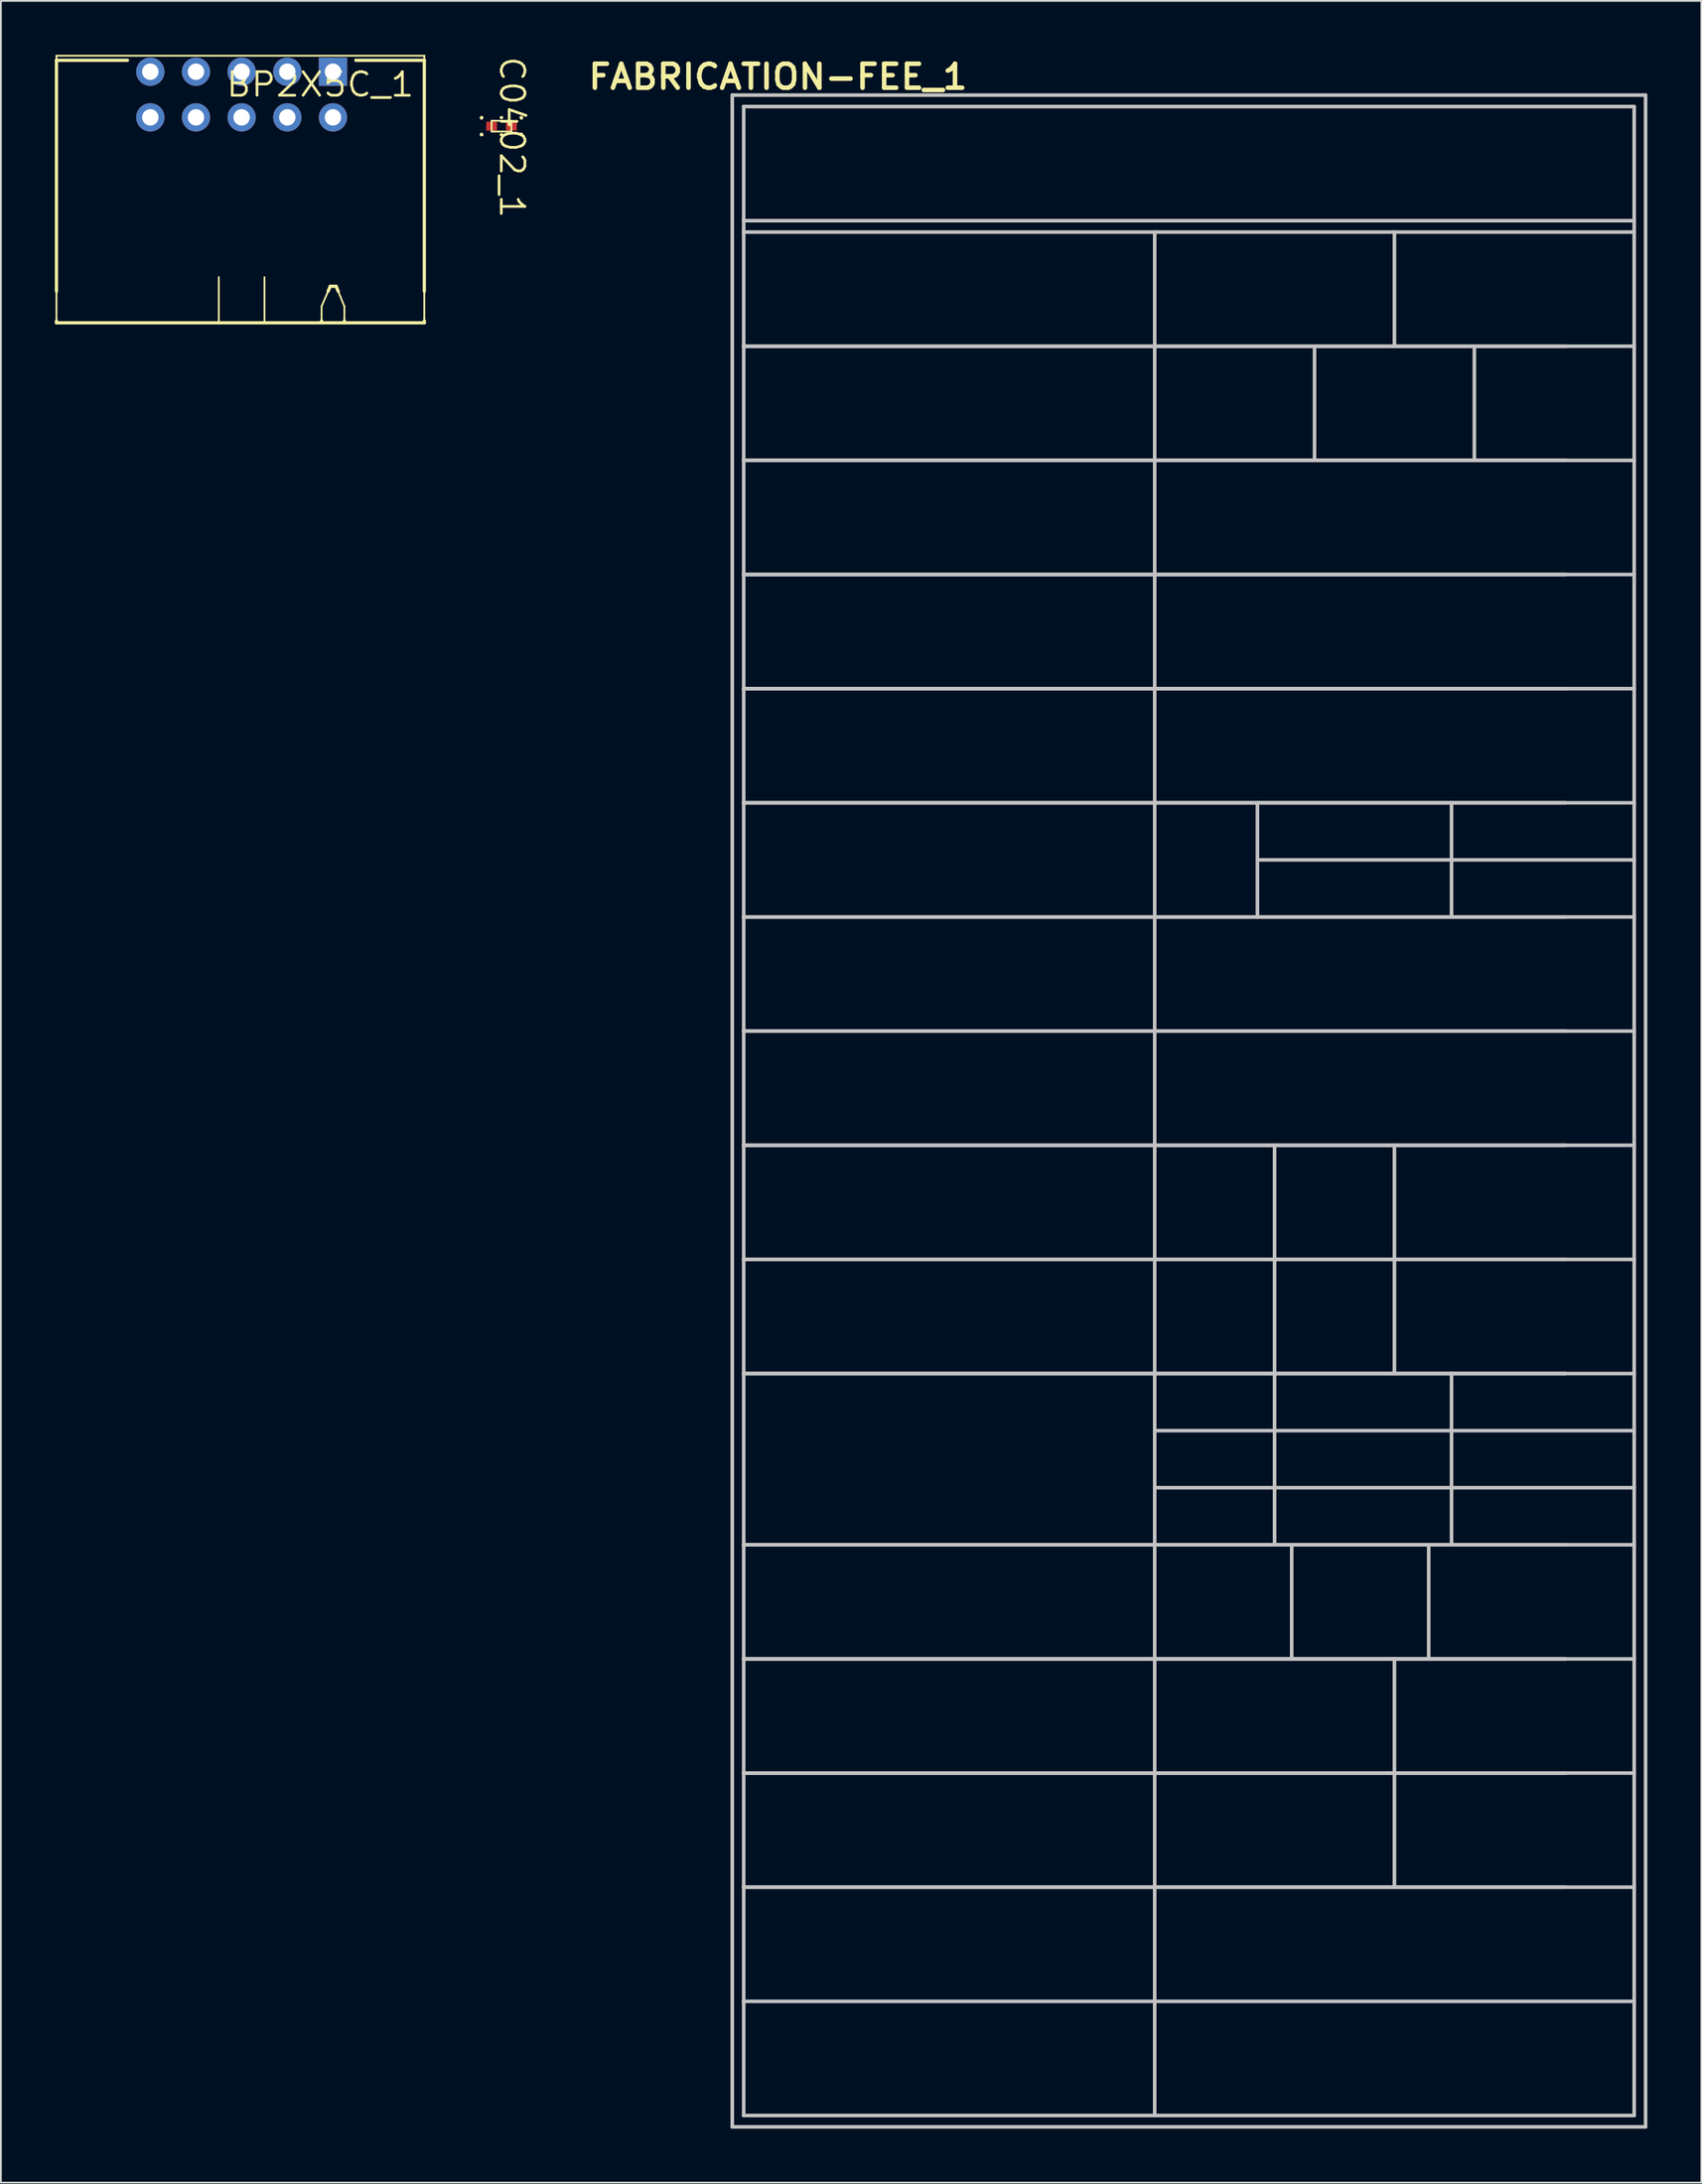
<source format=kicad_pcb>
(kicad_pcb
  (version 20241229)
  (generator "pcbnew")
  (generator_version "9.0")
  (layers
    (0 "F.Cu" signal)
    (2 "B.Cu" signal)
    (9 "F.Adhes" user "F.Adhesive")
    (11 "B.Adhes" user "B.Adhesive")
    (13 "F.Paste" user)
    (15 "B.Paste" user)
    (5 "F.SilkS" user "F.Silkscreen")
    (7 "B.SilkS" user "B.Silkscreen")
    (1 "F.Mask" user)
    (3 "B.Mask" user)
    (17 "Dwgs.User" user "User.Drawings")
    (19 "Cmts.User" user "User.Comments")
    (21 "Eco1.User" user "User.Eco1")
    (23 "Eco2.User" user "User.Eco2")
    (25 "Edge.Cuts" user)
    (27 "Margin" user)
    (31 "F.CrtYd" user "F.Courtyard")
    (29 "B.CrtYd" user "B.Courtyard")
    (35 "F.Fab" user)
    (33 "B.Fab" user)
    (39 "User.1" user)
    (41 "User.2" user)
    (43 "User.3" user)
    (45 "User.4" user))
  (footprint "C0402_1"
    (layer "F.Cu")
    (at 24.842 3.968)
    (property "Reference" "C0402_1" (at 0.59 0.621 270) (unlocked yes) (layer "F.SilkS") (effects (font (size 1.312 1.38) (thickness 0.15))))
    (attr smd)
    (fp_line (start -1.112 -0.476) (end -1.092 -0.476) (stroke (width 0.18) (type solid)) (layer "F.SilkS"))
    (fp_line (start -1.112 -0.45) (end -1.112 -0.476) (stroke (width 0.18) (type solid)) (layer "F.SilkS"))
    (fp_line (start -1.112 0.476) (end -1.112 0.45) (stroke (width 0.18) (type solid)) (layer "F.SilkS"))
    (fp_line (start -1.112 0.476) (end -1.092 0.476) (stroke (width 0.18) (type solid)) (layer "F.SilkS"))
    (fp_line (start -0.55 -0.3) (end 0.55 -0.3) (stroke (width 0.1) (type solid)) (layer "F.SilkS"))
    (fp_line (start -0.55 0.3) (end -0.55 -0.3) (stroke (width 0.1) (type solid)) (layer "F.SilkS"))
    (fp_line (start -0.55 0.3) (end 0.55 0.3) (stroke (width 0.1) (type solid)) (layer "F.SilkS"))
    (fp_line (start -0.008 -0.476) (end 0.008 -0.476) (stroke (width 0.18) (type solid)) (layer "F.SilkS"))
    (fp_line (start -0.008 0.476) (end 0.008 0.476) (stroke (width 0.18) (type solid)) (layer "F.SilkS"))
    (fp_line (start 0.55 0.3) (end 0.55 -0.3) (stroke (width 0.1) (type solid)) (layer "F.SilkS"))
    (fp_line (start 1.092 -0.476) (end 1.111 -0.476) (stroke (width 0.18) (type solid)) (layer "F.SilkS"))
    (fp_line (start 1.092 0.476) (end 1.111 0.476) (stroke (width 0.18) (type solid)) (layer "F.SilkS"))
    (fp_line (start 1.111 -0.45) (end 1.111 -0.476) (stroke (width 0.18) (type solid)) (layer "F.SilkS"))
    (fp_line (start 1.111 0.476) (end 1.111 0.45) (stroke (width 0.18) (type solid)) (layer "F.SilkS"))
    (pad "1" smd rect (at -0.55 0 270) (size 0.5 0.6) (layers "F.Cu" "F.Mask" "F.Paste"))
    (pad "2" smd rect (at 0.55 0 270) (size 0.5 0.6) (layers "F.Cu" "F.Mask" "F.Paste")))
  (footprint "FABRICATION-FEE_1"
    (layer "F.Cu")
    (at 37.679 2.242)
    (property "Reference" "FABRICATION-FEE_1" (at 2.54 -1.016 0) (unlocked yes) (layer "F.SilkS") (effects (font (size 1.333 1.402) (thickness 0.254))))
    (attr smd)
    (fp_line (start 0 0) (end 50.8 0) (stroke (width 0.2) (type solid)) (layer "Dwgs.User"))
    (fp_line (start 0 113.03) (end 0 0) (stroke (width 0.2) (type solid)) (layer "Dwgs.User"))
    (fp_line (start 0 113.03) (end 50.8 113.03) (stroke (width 0.2) (type solid)) (layer "Dwgs.User"))
    (fp_line (start 0.635 0.635) (end 50.165 0.635) (stroke (width 0.2) (type solid)) (layer "Dwgs.User"))
    (fp_line (start 0.635 6.985) (end 50.165 6.985) (stroke (width 0.2) (type solid)) (layer "Dwgs.User"))
    (fp_line (start 0.635 7.62) (end 0.635 0.635) (stroke (width 0.2) (type solid)) (layer "Dwgs.User"))
    (fp_line (start 0.635 7.62) (end 50.165 7.62) (stroke (width 0.2) (type solid)) (layer "Dwgs.User"))
    (fp_line (start 0.635 13.97) (end 0.635 7.62) (stroke (width 0.2) (type solid)) (layer "Dwgs.User"))
    (fp_line (start 0.635 13.97) (end 46.355 13.97) (stroke (width 0.2) (type solid)) (layer "Dwgs.User"))
    (fp_line (start 0.635 13.97) (end 50.165 13.97) (stroke (width 0.2) (type solid)) (layer "Dwgs.User"))
    (fp_line (start 0.635 20.32) (end 0.635 13.97) (stroke (width 0.2) (type solid)) (layer "Dwgs.User"))
    (fp_line (start 0.635 20.32) (end 46.355 20.32) (stroke (width 0.2) (type solid)) (layer "Dwgs.User"))
    (fp_line (start 0.635 20.32) (end 50.165 20.32) (stroke (width 0.2) (type solid)) (layer "Dwgs.User"))
    (fp_line (start 0.635 26.67) (end 0.635 20.32) (stroke (width 0.2) (type solid)) (layer "Dwgs.User"))
    (fp_line (start 0.635 26.67) (end 46.355 26.67) (stroke (width 0.2) (type solid)) (layer "Dwgs.User"))
    (fp_line (start 0.635 26.67) (end 50.165 26.67) (stroke (width 0.2) (type solid)) (layer "Dwgs.User"))
    (fp_line (start 0.635 33.02) (end 0.635 26.67) (stroke (width 0.2) (type solid)) (layer "Dwgs.User"))
    (fp_line (start 0.635 33.02) (end 46.355 33.02) (stroke (width 0.2) (type solid)) (layer "Dwgs.User"))
    (fp_line (start 0.635 33.02) (end 50.165 33.02) (stroke (width 0.2) (type solid)) (layer "Dwgs.User"))
    (fp_line (start 0.635 39.37) (end 0.635 33.02) (stroke (width 0.2) (type solid)) (layer "Dwgs.User"))
    (fp_line (start 0.635 39.37) (end 46.355 39.37) (stroke (width 0.2) (type solid)) (layer "Dwgs.User"))
    (fp_line (start 0.635 39.37) (end 50.165 39.37) (stroke (width 0.2) (type solid)) (layer "Dwgs.User"))
    (fp_line (start 0.635 45.72) (end 0.635 39.37) (stroke (width 0.2) (type solid)) (layer "Dwgs.User"))
    (fp_line (start 0.635 45.72) (end 46.355 45.72) (stroke (width 0.2) (type solid)) (layer "Dwgs.User"))
    (fp_line (start 0.635 45.72) (end 50.165 45.72) (stroke (width 0.2) (type solid)) (layer "Dwgs.User"))
    (fp_line (start 0.635 52.07) (end 0.635 45.72) (stroke (width 0.2) (type solid)) (layer "Dwgs.User"))
    (fp_line (start 0.635 52.07) (end 46.355 52.07) (stroke (width 0.2) (type solid)) (layer "Dwgs.User"))
    (fp_line (start 0.635 52.07) (end 50.165 52.07) (stroke (width 0.2) (type solid)) (layer "Dwgs.User"))
    (fp_line (start 0.635 58.42) (end 0.635 52.07) (stroke (width 0.2) (type solid)) (layer "Dwgs.User"))
    (fp_line (start 0.635 58.42) (end 46.355 58.42) (stroke (width 0.2) (type solid)) (layer "Dwgs.User"))
    (fp_line (start 0.635 58.42) (end 50.165 58.42) (stroke (width 0.2) (type solid)) (layer "Dwgs.User"))
    (fp_line (start 0.635 64.77) (end 0.635 58.42) (stroke (width 0.2) (type solid)) (layer "Dwgs.User"))
    (fp_line (start 0.635 64.77) (end 46.355 64.77) (stroke (width 0.2) (type solid)) (layer "Dwgs.User"))
    (fp_line (start 0.635 64.77) (end 50.165 64.77) (stroke (width 0.2) (type solid)) (layer "Dwgs.User"))
    (fp_line (start 0.635 71.12) (end 0.635 64.77) (stroke (width 0.2) (type solid)) (layer "Dwgs.User"))
    (fp_line (start 0.635 71.12) (end 46.355 71.12) (stroke (width 0.2) (type solid)) (layer "Dwgs.User"))
    (fp_line (start 0.635 71.12) (end 50.165 71.12) (stroke (width 0.2) (type solid)) (layer "Dwgs.User"))
    (fp_line (start 0.635 80.645) (end 0.635 71.12) (stroke (width 0.2) (type solid)) (layer "Dwgs.User"))
    (fp_line (start 0.635 80.645) (end 46.355 80.645) (stroke (width 0.2) (type solid)) (layer "Dwgs.User"))
    (fp_line (start 0.635 80.645) (end 50.165 80.645) (stroke (width 0.2) (type solid)) (layer "Dwgs.User"))
    (fp_line (start 0.635 86.995) (end 0.635 80.645) (stroke (width 0.2) (type solid)) (layer "Dwgs.User"))
    (fp_line (start 0.635 86.995) (end 46.355 86.995) (stroke (width 0.2) (type solid)) (layer "Dwgs.User"))
    (fp_line (start 0.635 86.995) (end 50.165 86.995) (stroke (width 0.2) (type solid)) (layer "Dwgs.User"))
    (fp_line (start 0.635 93.345) (end 0.635 86.995) (stroke (width 0.2) (type solid)) (layer "Dwgs.User"))
    (fp_line (start 0.635 93.345) (end 46.355 93.345) (stroke (width 0.2) (type solid)) (layer "Dwgs.User"))
    (fp_line (start 0.635 93.345) (end 50.165 93.345) (stroke (width 0.2) (type solid)) (layer "Dwgs.User"))
    (fp_line (start 0.635 99.695) (end 0.635 93.345) (stroke (width 0.2) (type solid)) (layer "Dwgs.User"))
    (fp_line (start 0.635 99.695) (end 46.355 99.695) (stroke (width 0.2) (type solid)) (layer "Dwgs.User"))
    (fp_line (start 0.635 99.695) (end 50.165 99.695) (stroke (width 0.2) (type solid)) (layer "Dwgs.User"))
    (fp_line (start 0.635 106.045) (end 0.635 99.695) (stroke (width 0.2) (type solid)) (layer "Dwgs.User"))
    (fp_line (start 0.635 106.045) (end 50.165 106.045) (stroke (width 0.2) (type solid)) (layer "Dwgs.User"))
    (fp_line (start 0.635 112.395) (end 0.635 106.045) (stroke (width 0.2) (type solid)) (layer "Dwgs.User"))
    (fp_line (start 0.635 112.395) (end 50.165 112.395) (stroke (width 0.2) (type solid)) (layer "Dwgs.User"))
    (fp_line (start 23.495 74.295) (end 50.165 74.295) (stroke (width 0.2) (type solid)) (layer "Dwgs.User"))
    (fp_line (start 23.495 77.47) (end 50.165 77.47) (stroke (width 0.2) (type solid)) (layer "Dwgs.User"))
    (fp_line (start 23.495 112.395) (end 23.495 7.62) (stroke (width 0.2) (type solid)) (layer "Dwgs.User"))
    (fp_line (start 29.21 42.545) (end 50.165 42.545) (stroke (width 0.2) (type solid)) (layer "Dwgs.User"))
    (fp_line (start 29.21 45.72) (end 29.21 39.37) (stroke (width 0.2) (type solid)) (layer "Dwgs.User"))
    (fp_line (start 30.163 64.77) (end 30.163 58.42) (stroke (width 0.2) (type solid)) (layer "Dwgs.User"))
    (fp_line (start 30.163 71.12) (end 30.163 64.77) (stroke (width 0.2) (type solid)) (layer "Dwgs.User"))
    (fp_line (start 30.163 80.645) (end 30.163 71.12) (stroke (width 0.2) (type solid)) (layer "Dwgs.User"))
    (fp_line (start 31.115 86.995) (end 31.115 80.645) (stroke (width 0.2) (type solid)) (layer "Dwgs.User"))
    (fp_line (start 32.385 20.32) (end 32.385 13.97) (stroke (width 0.2) (type solid)) (layer "Dwgs.User"))
    (fp_line (start 36.83 13.97) (end 36.83 7.62) (stroke (width 0.2) (type solid)) (layer "Dwgs.User"))
    (fp_line (start 36.83 64.77) (end 36.83 58.42) (stroke (width 0.2) (type solid)) (layer "Dwgs.User"))
    (fp_line (start 36.83 71.12) (end 36.83 64.77) (stroke (width 0.2) (type solid)) (layer "Dwgs.User"))
    (fp_line (start 36.83 93.345) (end 36.83 86.995) (stroke (width 0.2) (type solid)) (layer "Dwgs.User"))
    (fp_line (start 36.83 99.695) (end 36.83 93.345) (stroke (width 0.2) (type solid)) (layer "Dwgs.User"))
    (fp_line (start 38.735 86.995) (end 38.735 80.645) (stroke (width 0.2) (type solid)) (layer "Dwgs.User"))
    (fp_line (start 40.005 45.72) (end 40.005 39.37) (stroke (width 0.2) (type solid)) (layer "Dwgs.User"))
    (fp_line (start 40.005 80.645) (end 40.005 71.12) (stroke (width 0.2) (type solid)) (layer "Dwgs.User"))
    (fp_line (start 41.275 20.32) (end 41.275 13.97) (stroke (width 0.2) (type solid)) (layer "Dwgs.User"))
    (fp_line (start 50.165 7.62) (end 50.165 0.635) (stroke (width 0.2) (type solid)) (layer "Dwgs.User"))
    (fp_line (start 50.165 13.97) (end 50.165 7.62) (stroke (width 0.2) (type solid)) (layer "Dwgs.User"))
    (fp_line (start 50.165 20.32) (end 50.165 13.97) (stroke (width 0.2) (type solid)) (layer "Dwgs.User"))
    (fp_line (start 50.165 26.67) (end 50.165 20.32) (stroke (width 0.2) (type solid)) (layer "Dwgs.User"))
    (fp_line (start 50.165 33.02) (end 50.165 26.67) (stroke (width 0.2) (type solid)) (layer "Dwgs.User"))
    (fp_line (start 50.165 39.37) (end 50.165 33.02) (stroke (width 0.2) (type solid)) (layer "Dwgs.User"))
    (fp_line (start 50.165 45.72) (end 50.165 39.37) (stroke (width 0.2) (type solid)) (layer "Dwgs.User"))
    (fp_line (start 50.165 52.07) (end 50.165 45.72) (stroke (width 0.2) (type solid)) (layer "Dwgs.User"))
    (fp_line (start 50.165 58.42) (end 50.165 52.07) (stroke (width 0.2) (type solid)) (layer "Dwgs.User"))
    (fp_line (start 50.165 64.77) (end 50.165 58.42) (stroke (width 0.2) (type solid)) (layer "Dwgs.User"))
    (fp_line (start 50.165 71.12) (end 50.165 64.77) (stroke (width 0.2) (type solid)) (layer "Dwgs.User"))
    (fp_line (start 50.165 80.645) (end 50.165 71.12) (stroke (width 0.2) (type solid)) (layer "Dwgs.User"))
    (fp_line (start 50.165 86.995) (end 50.165 80.645) (stroke (width 0.2) (type solid)) (layer "Dwgs.User"))
    (fp_line (start 50.165 93.345) (end 50.165 86.995) (stroke (width 0.2) (type solid)) (layer "Dwgs.User"))
    (fp_line (start 50.165 99.695) (end 50.165 93.345) (stroke (width 0.2) (type solid)) (layer "Dwgs.User"))
    (fp_line (start 50.165 106.045) (end 50.165 99.695) (stroke (width 0.2) (type solid)) (layer "Dwgs.User"))
    (fp_line (start 50.165 112.395) (end 50.165 106.045) (stroke (width 0.2) (type solid)) (layer "Dwgs.User"))
    (fp_line (start 50.8 113.03) (end 50.8 0) (stroke (width 0.2) (type solid)) (layer "Dwgs.User")))
  (footprint "BP2X5C_1"
    (layer "F.Cu")
    (at 15.47 0.939)
    (property "Reference" "BP2X5C_1" (at -0.709 0.711 0) (unlocked yes) (layer "F.SilkS") (effects (font (size 1.312 1.38) (thickness 0.15))))
    (attr smd)
    (fp_line (start -15.38 -0.889) (end -15.38 13.97) (stroke (width 0.1) (type solid)) (layer "F.SilkS"))
    (fp_line (start -15.38 -0.635) (end -15.38 12.215) (stroke (width 0.18) (type solid)) (layer "F.SilkS"))
    (fp_line (start -15.38 13.865) (end -15.38 13.97) (stroke (width 0.18) (type solid)) (layer "F.SilkS"))
    (fp_line (start -11.43 -0.635) (end -15.38 -0.635) (stroke (width 0.18) (type solid)) (layer "F.SilkS"))
    (fp_line (start -6.35 11.43) (end -6.35 13.97) (stroke (width 0.1) (type solid)) (layer "F.SilkS"))
    (fp_line (start -3.81 11.43) (end -3.81 13.97) (stroke (width 0.1) (type solid)) (layer "F.SilkS"))
    (fp_line (start -0.635 13.056) (end -0.635 13.97) (stroke (width 0.1) (type solid)) (layer "F.SilkS"))
    (fp_line (start -0.635 13.865) (end -0.635 13.97) (stroke (width 0.18) (type solid)) (layer "F.SilkS"))
    (fp_line (start -0.152 11.938) (end -0.635 13.056) (stroke (width 0.1) (type solid)) (layer "F.SilkS"))
    (fp_line (start -0.152 11.938) (end -0.272 12.215) (stroke (width 0.18) (type solid)) (layer "F.SilkS"))
    (fp_line (start 0.178 11.938) (end -0.152 11.938) (stroke (width 0.1) (type solid)) (layer "F.SilkS"))
    (fp_line (start 0.178 11.938) (end -0.152 11.938) (stroke (width 0.18) (type solid)) (layer "F.SilkS"))
    (fp_line (start 0.291 12.215) (end 0.178 11.938) (stroke (width 0.18) (type solid)) (layer "F.SilkS"))
    (fp_line (start 0.635 13.056) (end 0.178 11.938) (stroke (width 0.1) (type solid)) (layer "F.SilkS"))
    (fp_line (start 0.635 13.056) (end 0.635 13.97) (stroke (width 0.1) (type solid)) (layer "F.SilkS"))
    (fp_line (start 0.635 13.865) (end 0.635 13.97) (stroke (width 0.18) (type solid)) (layer "F.SilkS"))
    (fp_line (start 5.08 -0.889) (end -15.38 -0.889) (stroke (width 0.1) (type solid)) (layer "F.SilkS"))
    (fp_line (start 5.08 -0.889) (end 5.08 13.97) (stroke (width 0.1) (type solid)) (layer "F.SilkS"))
    (fp_line (start 5.08 -0.635) (end 1.27 -0.635) (stroke (width 0.18) (type solid)) (layer "F.SilkS"))
    (fp_line (start 5.08 -0.635) (end 5.08 12.215) (stroke (width 0.18) (type solid)) (layer "F.SilkS"))
    (fp_line (start 5.08 13.865) (end 5.08 13.97) (stroke (width 0.18) (type solid)) (layer "F.SilkS"))
    (fp_line (start 5.08 13.97) (end -15.38 13.97) (stroke (width 0.1) (type solid)) (layer "F.SilkS"))
    (fp_line (start 5.08 13.97) (end -15.38 13.97) (stroke (width 0.18) (type solid)) (layer "F.SilkS"))
    (pad "1" thru_hole rect (at 0 0 180) (size 1.575 1.575) (drill 0.914) (layers "*.Cu" "*.Mask"))
    (pad "2" thru_hole circle (at 0 2.54 180) (size 1.575 1.575) (drill 0.914) (layers "*.Cu" "*.Mask"))
    (pad "3" thru_hole circle (at -2.54 0 180) (size 1.575 1.575) (drill 0.914) (layers "*.Cu" "*.Mask"))
    (pad "4" thru_hole circle (at -2.54 2.54 180) (size 1.575 1.575) (drill 0.914) (layers "*.Cu" "*.Mask"))
    (pad "5" thru_hole circle (at -5.08 0 180) (size 1.575 1.575) (drill 0.914) (layers "*.Cu" "*.Mask"))
    (pad "6" thru_hole circle (at -5.08 2.54 180) (size 1.575 1.575) (drill 0.914) (layers "*.Cu" "*.Mask"))
    (pad "7" thru_hole circle (at -7.62 0 180) (size 1.575 1.575) (drill 0.914) (layers "*.Cu" "*.Mask"))
    (pad "8" thru_hole circle (at -7.62 2.54 180) (size 1.575 1.575) (drill 0.914) (layers "*.Cu" "*.Mask"))
    (pad "9" thru_hole circle (at -10.16 0 180) (size 1.575 1.575) (drill 0.914) (layers "*.Cu" "*.Mask"))
    (pad "10" thru_hole circle (at -10.16 2.54 180) (size 1.575 1.575) (drill 0.914) (layers "*.Cu" "*.Mask")))
  (gr_rect
    (start -3 -3)
    (end 91.579 118.372)
    (stroke (width 0.1) (type default))
    (fill no)
    (layer "Edge.Cuts")))
</source>
